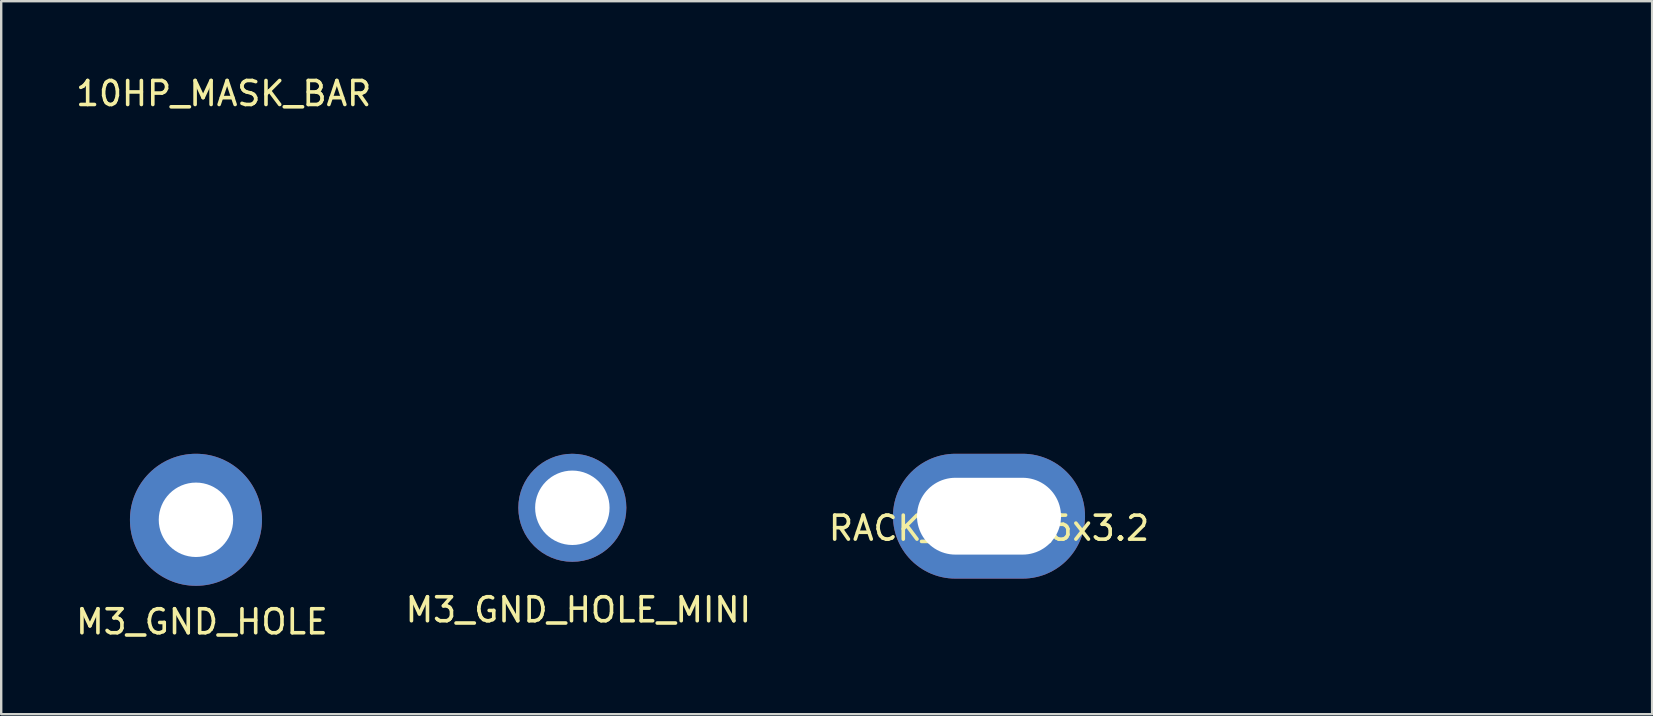
<source format=kicad_pcb>
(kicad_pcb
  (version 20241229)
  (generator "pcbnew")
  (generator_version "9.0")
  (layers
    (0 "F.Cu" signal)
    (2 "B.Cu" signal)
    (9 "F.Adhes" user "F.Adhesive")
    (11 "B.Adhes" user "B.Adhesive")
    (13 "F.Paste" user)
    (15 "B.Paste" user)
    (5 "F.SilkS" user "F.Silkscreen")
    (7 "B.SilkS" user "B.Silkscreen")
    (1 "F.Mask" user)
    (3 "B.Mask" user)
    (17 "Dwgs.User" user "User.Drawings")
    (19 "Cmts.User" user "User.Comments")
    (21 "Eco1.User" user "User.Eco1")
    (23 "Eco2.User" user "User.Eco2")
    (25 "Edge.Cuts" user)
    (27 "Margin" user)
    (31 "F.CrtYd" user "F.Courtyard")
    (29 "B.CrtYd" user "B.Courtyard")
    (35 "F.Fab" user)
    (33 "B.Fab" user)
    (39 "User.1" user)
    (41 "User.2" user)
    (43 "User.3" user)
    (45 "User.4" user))
  (footprint "M3_GND_HOLE_MINI"
    (layer "F.Cu")
    (at 20.792 18.103)
    (property "Reference" "M3_GND_HOLE_MINI" (at 0.25 4.25 0) (layer "F.SilkS") (effects (font (size 1 1) (thickness 0.15))))
    (attr through_hole)
    (pad "1" thru_hole circle (at 0 0) (size 4.5 4.5) (drill 3.1) (layers "*.Cu" "*.Mask")))
  (footprint "M3_GND_HOLE"
    (layer "F.Cu")
    (at 5.113 18.603)
    (property "Reference" "M3_GND_HOLE" (at 0.25 4.25 0) (layer "F.SilkS") (effects (font (size 1 1) (thickness 0.15))))
    (attr through_hole)
    (pad "1" thru_hole circle (at 0 0) (size 5.5 5.5) (drill 3.1) (layers "*.Cu" "*.Mask")))
  (footprint "RACK_HOLE_6x3.2"
    (layer "F.Cu")
    (at 38.149 18.453)
    (property "Reference" "RACK_HOLE_6x3.2" (at 0 0.5 0) (layer "F.SilkS") (effects (font (size 1 1) (thickness 0.15))))
    (attr through_hole)
    (pad "1" thru_hole oval (at 0 0) (size 8 5.2) (drill oval 6 3.2) (layers "*.Cu" "*.Mask")))
  (footprint "10HP_MASK_BAR"
    (layer "F.Cu")
    (at 12.268 2.848)
    (property "Reference" "10HP_MASK_BAR" (at -6 -2 0) (layer "F.SilkS") (effects (font (size 1 1) (thickness 0.15))))
    (attr through_hole)
    (fp_poly (pts (xy 0 0) (xy 50.5 0) (xy 50.5 10) (xy 0 10)) (stroke (width 0.01) (type solid)) (fill yes) (layer "B.Mask")))
  (gr_rect
    (start -3 -3)
    (end 65.773 26.701)
    (stroke (width 0.1) (type default))
    (fill no)
    (layer "Edge.Cuts")))
</source>
